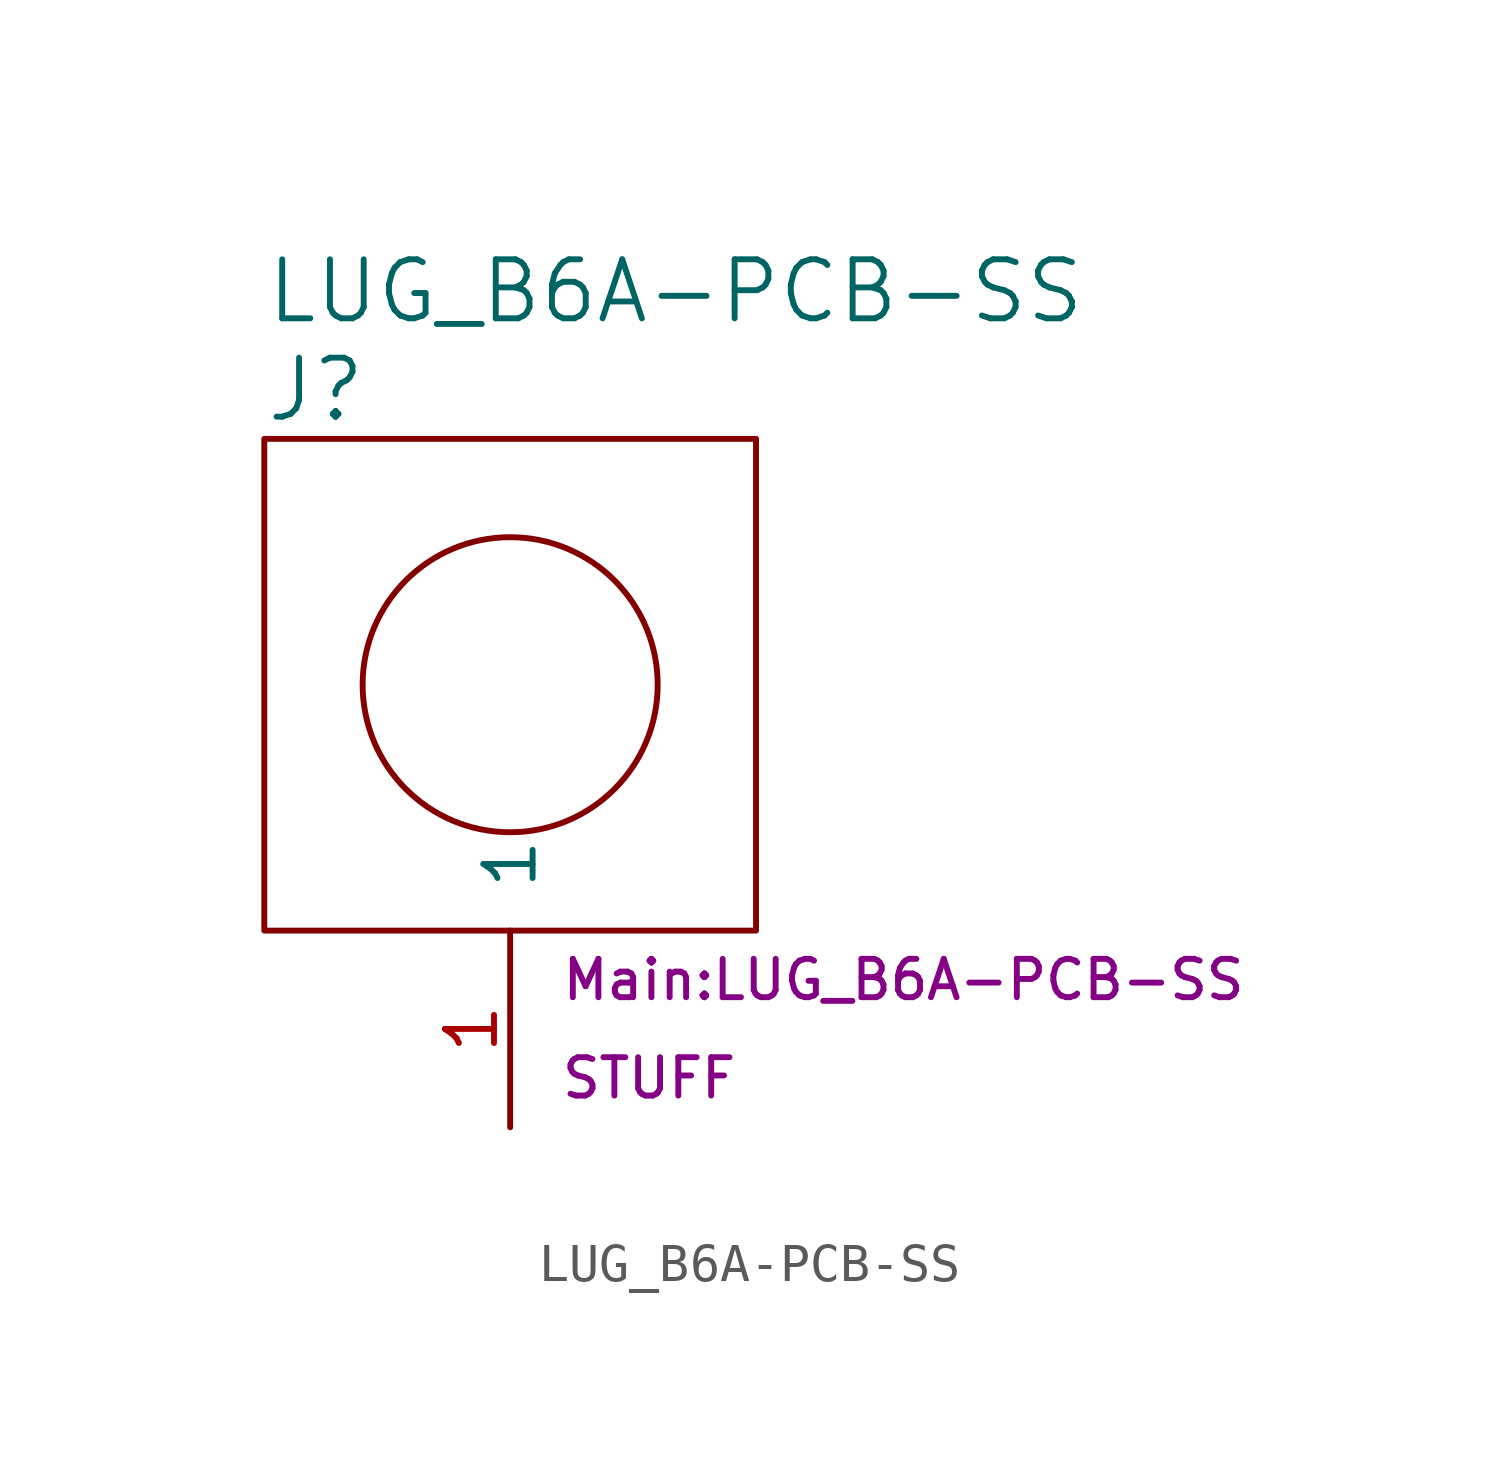
<source format=kicad_sym>
(kicad_symbol_lib
  (version 20211014)
  (generator kicad_symbol_editor)
  (symbol "LUG_B6A-PCB-SS"
    (pin_names
      (offset 1.016))
    (property "Reference" "J"
      (at -6.35 7.62 0)
      (effects (font (size 1.524 1.524)) (justify left)))
    (property "Value" "LUG_B6A-PCB-SS"
      (at -6.35 10.16 0)
      (effects (font (size 1.524 1.524)) (justify left)))
    (property "Footprint" "Main:LUG_B6A-PCB-SS"
      (at 10.16 -7.62 0)
      (effects (font (size 0.991 0.991))))
    (property "Datasheet" ""
      (at -6.35 7.62 0)
      (effects (font (size 1.524 1.524))))
    (property "SKU" "STUFF"
      (at 1.27 -10.16 0)
      (effects (font (size 0.991 0.991)) (justify left)))
    (symbol "LUG_B6A-PCB-SS_0_1"
      (rectangle (start -6.35 6.35) (end 6.35 -6.35) (stroke (width 0) (type default) (color 0 0 0 0)) (fill (type none)))
      (circle (center 0 0) (radius 3.81) (stroke (width 0) (type default) (color 0 0 0 0)) (fill (type none))))
    (symbol "LUG_B6A-PCB-SS_1_1"
      (pin power_in line (at 0 -11.43 90) (length 5.08) (name "1" (effects (font (size 1.27 1.27)))) (number "1" (effects (font (size 1.27 1.27))))))))
</source>
